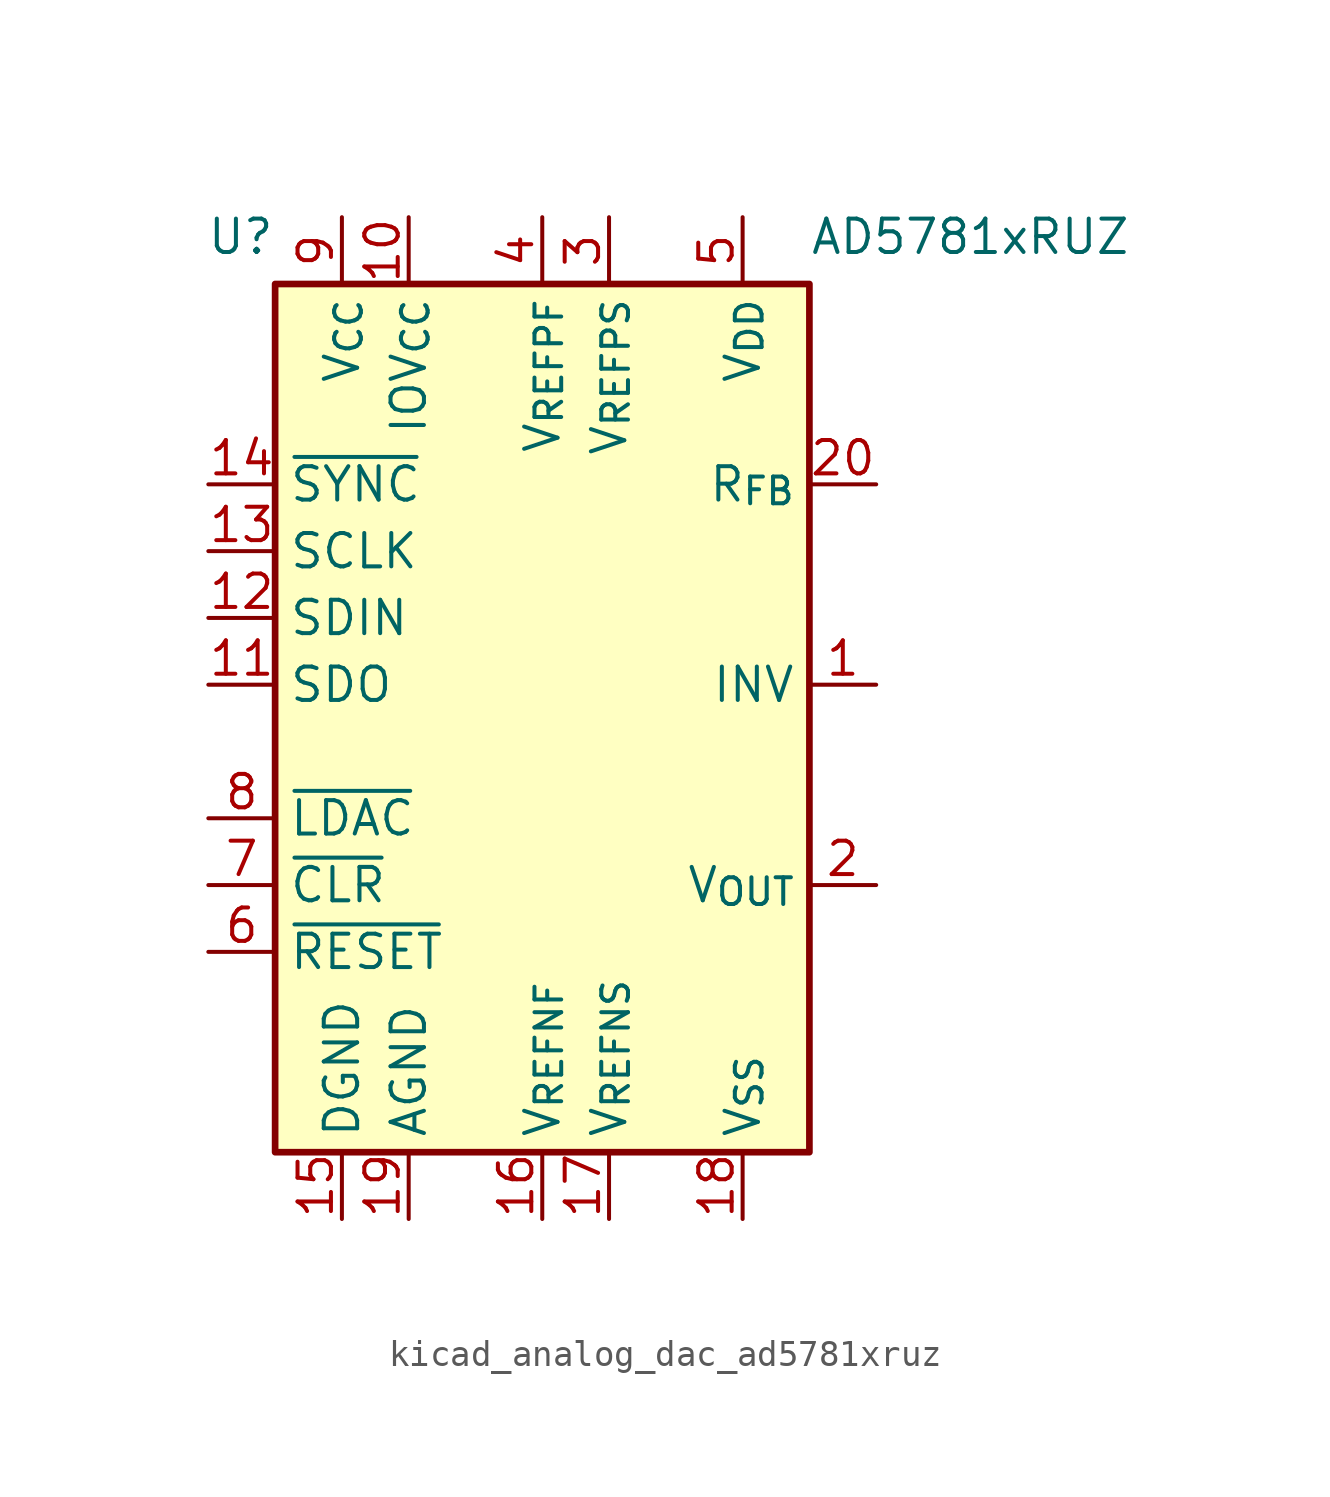
<source format=kicad_sym>
(kicad_symbol_lib
  (version 20220914)
  (generator kicad_symbol_editor)
  (symbol "kicad_analog_dac_ad5781xruz"
    (property "Reference" "U"
      (at -10.16 17.78 0)
      (effects (font (size 1.27 1.27)) (justify right top)))
    (property "Value" "AD5781xRUZ"
      (at 10.16 17.78 0)
      (effects (font (size 1.27 1.27)) (justify left top)))
    (symbol "kicad_analog_dac_ad5781xruz_1_1"
      (rectangle (start -10.16 15.24) (end 10.16 -17.78) (stroke (width 0.254) (type default)) (fill (type background)))
      (pin output line (at 12.7 0 180) (length 2.54) (name "INV" (effects (font (size 1.27 1.27)))) (number "1" (effects (font (size 1.27 1.27)))))
      (pin power_in line (at -5.08 17.78 270) (length 2.54) (name "IOV_{CC}" (effects (font (size 1.27 1.27)))) (number "10" (effects (font (size 1.27 1.27)))))
      (pin output line (at -12.7 0 0) (length 2.54) (name "SDO" (effects (font (size 1.27 1.27)))) (number "11" (effects (font (size 1.27 1.27)))))
      (pin input line (at -12.7 2.54 0) (length 2.54) (name "SDIN" (effects (font (size 1.27 1.27)))) (number "12" (effects (font (size 1.27 1.27)))))
      (pin input line (at -12.7 5.08 0) (length 2.54) (name "SCLK" (effects (font (size 1.27 1.27)))) (number "13" (effects (font (size 1.27 1.27)))))
      (pin input line (at -12.7 7.62 0) (length 2.54) (name "~{SYNC}" (effects (font (size 1.27 1.27)))) (number "14" (effects (font (size 1.27 1.27)))))
      (pin power_in line (at -7.62 -20.32 90) (length 2.54) (name "DGND" (effects (font (size 1.27 1.27)))) (number "15" (effects (font (size 1.27 1.27)))))
      (pin input line (at 0 -20.32 90) (length 2.54) (name "V_{REFNF}" (effects (font (size 1.27 1.27)))) (number "16" (effects (font (size 1.27 1.27)))))
      (pin output line (at 2.54 -20.32 90) (length 2.54) (name "V_{REFNS}" (effects (font (size 1.27 1.27)))) (number "17" (effects (font (size 1.27 1.27)))))
      (pin power_in line (at 7.62 -20.32 90) (length 2.54) (name "V_{SS}" (effects (font (size 1.27 1.27)))) (number "18" (effects (font (size 1.27 1.27)))))
      (pin power_in line (at -5.08 -20.32 90) (length 2.54) (name "AGND" (effects (font (size 1.27 1.27)))) (number "19" (effects (font (size 1.27 1.27)))))
      (pin output line (at 12.7 -7.62 180) (length 2.54) (name "V_{OUT}" (effects (font (size 1.27 1.27)))) (number "2" (effects (font (size 1.27 1.27)))))
      (pin passive line (at 12.7 7.62 180) (length 2.54) (name "R_{FB}" (effects (font (size 1.27 1.27)))) (number "20" (effects (font (size 1.27 1.27)))))
      (pin output line (at 2.54 17.78 270) (length 2.54) (name "V_{REFPS}" (effects (font (size 1.27 1.27)))) (number "3" (effects (font (size 1.27 1.27)))))
      (pin input line (at 0 17.78 270) (length 2.54) (name "V_{REFPF}" (effects (font (size 1.27 1.27)))) (number "4" (effects (font (size 1.27 1.27)))))
      (pin power_in line (at 7.62 17.78 270) (length 2.54) (name "V_{DD}" (effects (font (size 1.27 1.27)))) (number "5" (effects (font (size 1.27 1.27)))))
      (pin input line (at -12.7 -10.16 0) (length 2.54) (name "~{RESET}" (effects (font (size 1.27 1.27)))) (number "6" (effects (font (size 1.27 1.27)))))
      (pin input line (at -12.7 -7.62 0) (length 2.54) (name "~{CLR}" (effects (font (size 1.27 1.27)))) (number "7" (effects (font (size 1.27 1.27)))))
      (pin input line (at -12.7 -5.08 0) (length 2.54) (name "~{LDAC}" (effects (font (size 1.27 1.27)))) (number "8" (effects (font (size 1.27 1.27)))))
      (pin power_in line (at -7.62 17.78 270) (length 2.54) (name "V_{CC}" (effects (font (size 1.27 1.27)))) (number "9" (effects (font (size 1.27 1.27))))))))
</source>
